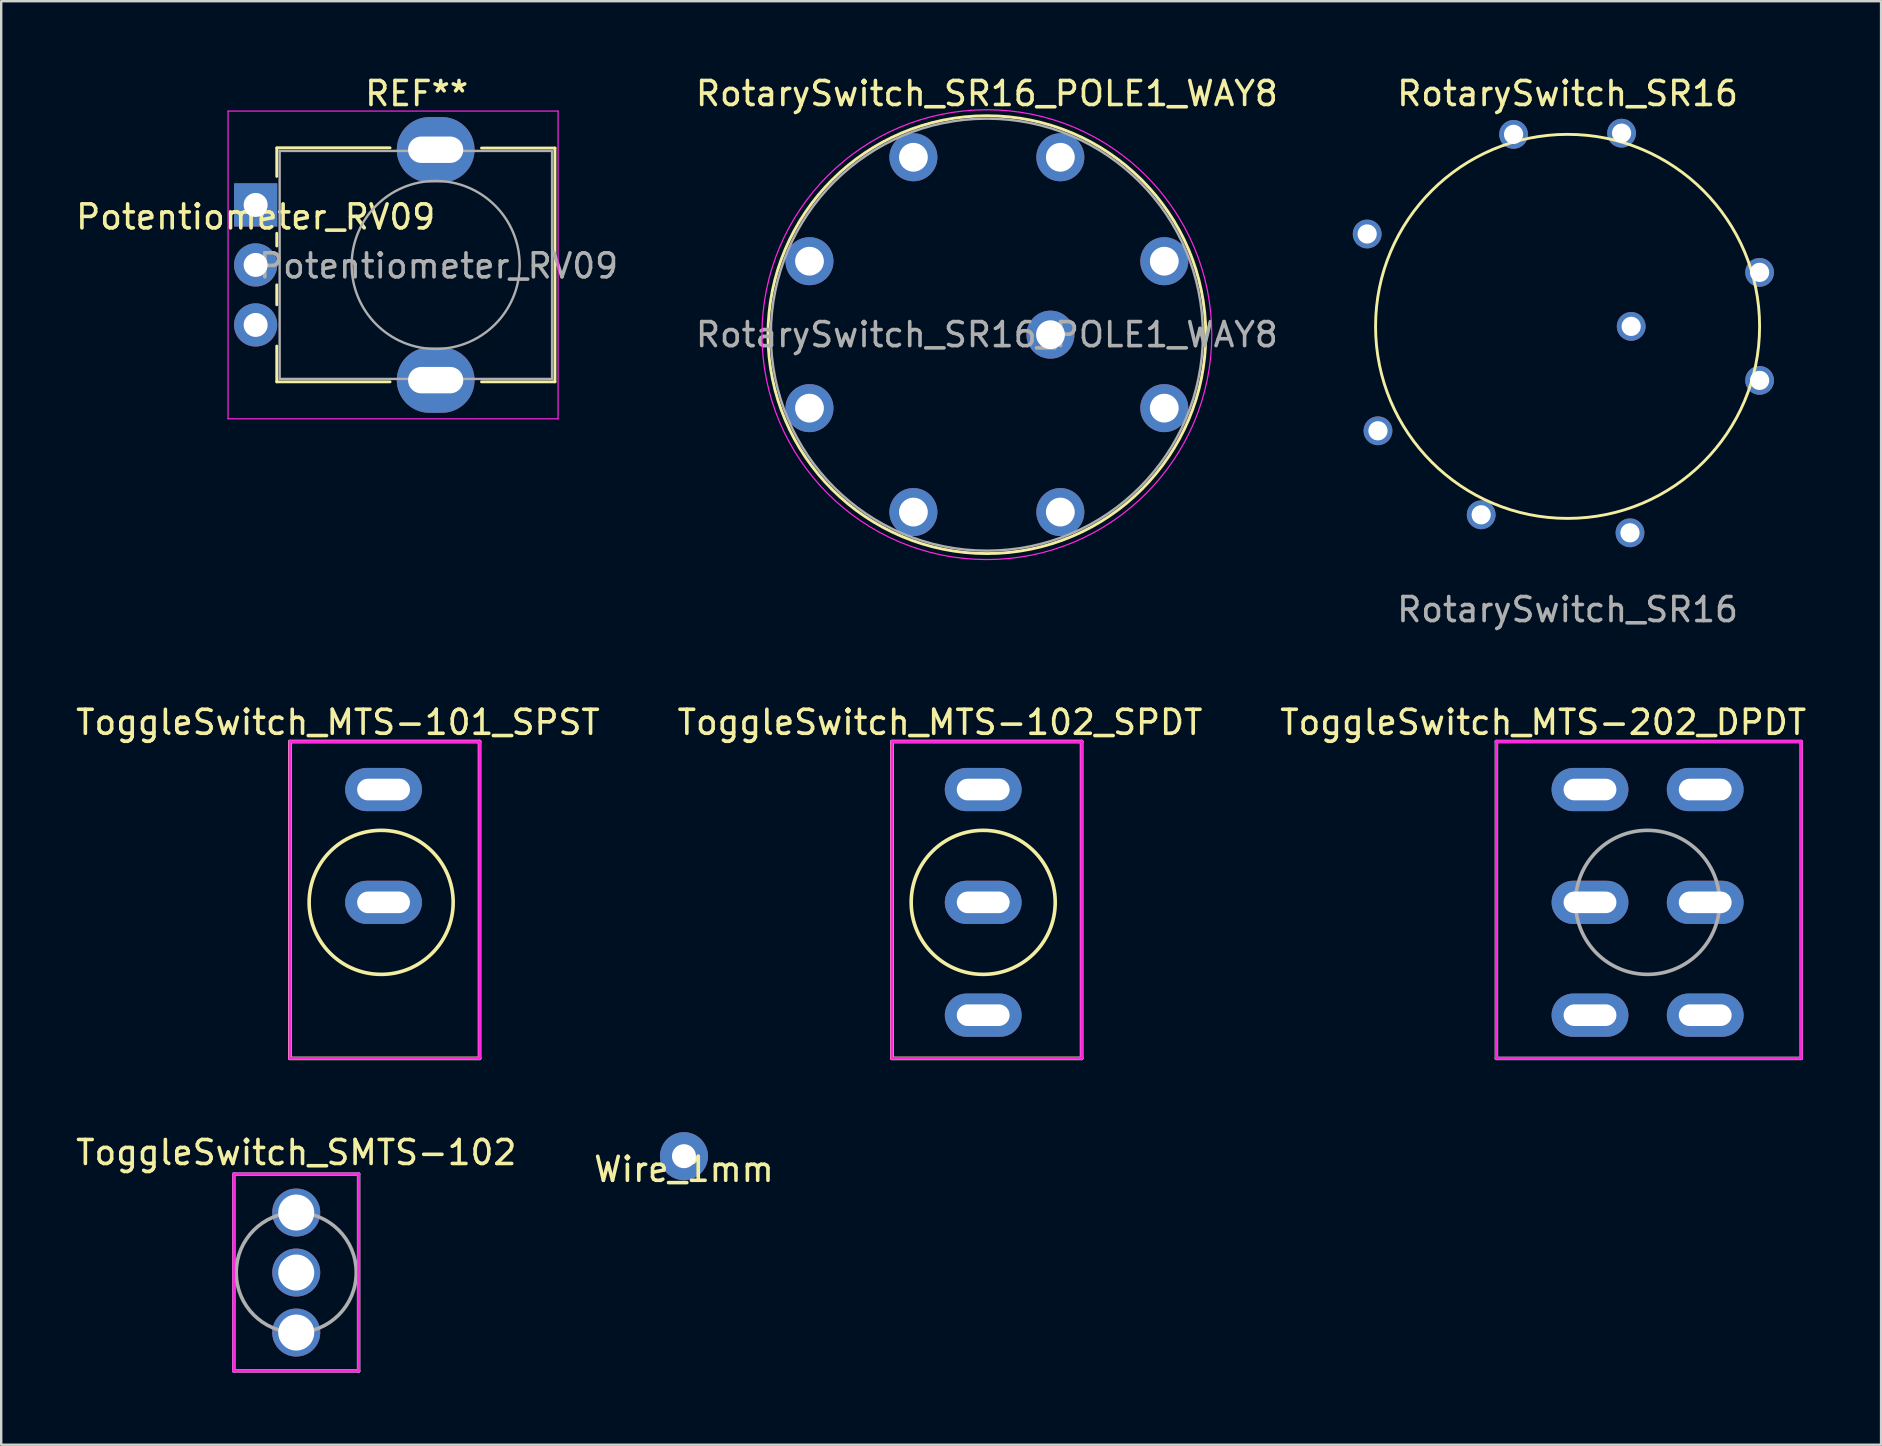
<source format=kicad_pcb>
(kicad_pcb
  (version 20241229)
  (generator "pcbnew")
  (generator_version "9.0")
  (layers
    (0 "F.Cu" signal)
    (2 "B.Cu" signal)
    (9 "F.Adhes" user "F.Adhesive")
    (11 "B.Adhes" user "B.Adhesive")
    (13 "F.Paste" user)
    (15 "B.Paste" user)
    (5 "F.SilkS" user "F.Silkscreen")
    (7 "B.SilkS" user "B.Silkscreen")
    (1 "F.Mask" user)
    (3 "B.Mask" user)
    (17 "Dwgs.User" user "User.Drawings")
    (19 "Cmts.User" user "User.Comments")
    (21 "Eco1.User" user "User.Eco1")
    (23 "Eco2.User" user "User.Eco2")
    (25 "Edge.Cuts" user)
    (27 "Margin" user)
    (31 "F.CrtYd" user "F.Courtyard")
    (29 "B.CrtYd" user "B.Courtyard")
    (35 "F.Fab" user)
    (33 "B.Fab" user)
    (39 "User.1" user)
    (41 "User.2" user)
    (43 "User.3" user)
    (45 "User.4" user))
  (footprint "ToggleSwitch_MTS-202_DPDT"
    (layer "F.Cu")
    (at 65.594 34.545)
    (property "Reference" "ToggleSwitch_MTS-202_DPDT" (at -4.35 -7.5 0) (layer "F.SilkS") (effects (font (size 1 1) (thickness 0.15))))
    (attr through_hole)
    (fp_line (start -6.3 -6.7) (end -6.3 6.5) (stroke (width 0.12) (type solid)) (layer "F.CrtYd"))
    (fp_line (start 6.4 -6.7) (end -6.3 -6.7) (stroke (width 0.12) (type solid)) (layer "F.CrtYd"))
    (fp_line (start 6.4 -6.7) (end 6.4 6.5) (stroke (width 0.12) (type solid)) (layer "F.CrtYd"))
    (fp_line (start 6.4 6.5) (end -6.3 6.5) (stroke (width 0.12) (type solid)) (layer "F.CrtYd"))
    (fp_line (start -6.3 -6.7) (end 6.4 -6.7) (stroke (width 0.15) (type solid)) (layer "F.Fab"))
    (fp_line (start -6.3 6.5) (end -6.3 -6.7) (stroke (width 0.15) (type solid)) (layer "F.Fab"))
    (fp_line (start 6.4 -6.7) (end 6.4 6.5) (stroke (width 0.15) (type solid)) (layer "F.Fab"))
    (fp_line (start 6.4 6.5) (end -6.3 6.5) (stroke (width 0.15) (type solid)) (layer "F.Fab"))
    (fp_circle (center -0.000416 0) (end 3 0) (stroke (width 0.15) (type solid)) (fill no) (layer "F.Fab"))
    (pad "1" thru_hole oval (at -2.4 -4.7) (size 3.2 1.8) (drill oval 2.2 0.9) (layers "*.Cu" "*.Mask"))
    (pad "2" thru_hole oval (at -2.4 0) (size 3.2 1.8) (drill oval 2.2 0.9) (layers "*.Cu" "*.Mask"))
    (pad "3" thru_hole oval (at -2.4 4.7) (size 3.2 1.8) (drill oval 2.2 0.9) (layers "*.Cu" "*.Mask"))
    (pad "4" thru_hole oval (at 2.4 -4.7) (size 3.2 1.8) (drill oval 2.2 0.9) (layers "*.Cu" "*.Mask"))
    (pad "5" thru_hole oval (at 2.4 0) (size 3.2 1.8) (drill oval 2.2 0.9) (layers "*.Cu" "*.Mask"))
    (pad "6" thru_hole oval (at 2.4 4.7) (size 3.2 1.8) (drill oval 2.2 0.9) (layers "*.Cu" "*.Mask")))
  (footprint "RotarySwitch_SR16_POLE1_WAY8"
    (layer "F.Cu")
    (at 38.066 10.893)
    (property "Reference" "RotarySwitch_SR16_POLE1_WAY8" (at 0 -10.045 0) (layer "F.SilkS") (effects (font (size 1 1) (thickness 0.15))))
    (fp_circle (center 0 0) (end 0 9.12) (stroke (width 0.12) (type default)) (fill no) (layer "F.SilkS"))
    (fp_circle (center 0 0) (end 0 9.37) (stroke (width 0.05) (type default)) (fill no) (layer "F.CrtYd"))
    (fp_circle (center 0 0) (end 0 9) (stroke (width 0.1) (type default)) (fill no) (layer "F.Fab"))
    (fp_text user "${REFERENCE}" (at 0 0 0) (layer "F.Fab") (effects (font (size 1 1) (thickness 0.15))))
    (pad "1" thru_hole oval (at 3.061 -7.391) (size 2 2) (drill 1.2) (layers "*.Cu" "*.Mask"))
    (pad "2" thru_hole oval (at 7.391 -3.061) (size 2 2) (drill 1.2) (layers "*.Cu" "*.Mask"))
    (pad "3" thru_hole oval (at 7.391 3.061) (size 2 2) (drill 1.2) (layers "*.Cu" "*.Mask"))
    (pad "4" thru_hole oval (at 3.061 7.391) (size 2 2) (drill 1.2) (layers "*.Cu" "*.Mask"))
    (pad "5" thru_hole oval (at -3.061 7.391) (size 2 2) (drill 1.2) (layers "*.Cu" "*.Mask"))
    (pad "6" thru_hole oval (at -7.391 3.061) (size 2 2) (drill 1.2) (layers "*.Cu" "*.Mask"))
    (pad "7" thru_hole oval (at -7.391 -3.061) (size 2 2) (drill 1.2) (layers "*.Cu" "*.Mask"))
    (pad "8" thru_hole oval (at -3.061 -7.391) (size 2 2) (drill 1.2) (layers "*.Cu" "*.Mask"))
    (pad "9" thru_hole circle (at 2.65 0) (size 2 2) (drill 1.2) (layers "*.Cu" "*.Mask")))
  (footprint "Potentiometer_RV09"
    (layer "F.Cu")
    (at 7.601 5.488)
    (property "Reference" "Potentiometer_RV09" (at 0 0.5 0) (layer "F.SilkS") (effects (font (size 1 1) (thickness 0.15))))
    (attr through_hole)
    (fp_line (start 0.88 -2.38) (end 5.6 -2.38) (stroke (width 0.12) (type solid)) (layer "F.SilkS"))
    (fp_line (start 0.88 -1.19) (end 0.88 -2.37) (stroke (width 0.12) (type solid)) (layer "F.SilkS"))
    (fp_line (start 0.88 1.71) (end 0.88 1.18) (stroke (width 0.12) (type solid)) (layer "F.SilkS"))
    (fp_line (start 0.88 4.16) (end 0.88 3.33) (stroke (width 0.12) (type solid)) (layer "F.SilkS"))
    (fp_line (start 0.88 7.37) (end 0.88 5.88) (stroke (width 0.12) (type solid)) (layer "F.SilkS"))
    (fp_line (start 0.88 7.37) (end 5.6 7.37) (stroke (width 0.12) (type solid)) (layer "F.SilkS"))
    (fp_line (start 9.41 -2.37) (end 12.47 -2.37) (stroke (width 0.12) (type solid)) (layer "F.SilkS"))
    (fp_line (start 9.41 7.37) (end 12.47 7.37) (stroke (width 0.12) (type solid)) (layer "F.SilkS"))
    (fp_line (start 12.47 7.37) (end 12.47 -2.37) (stroke (width 0.12) (type solid)) (layer "F.SilkS"))
    (fp_line (start -1.15 -3.91) (end -1.15 8.91) (stroke (width 0.05) (type solid)) (layer "F.CrtYd"))
    (fp_line (start -1.15 8.91) (end 12.6 8.91) (stroke (width 0.05) (type solid)) (layer "F.CrtYd"))
    (fp_line (start 12.6 -3.91) (end -1.15 -3.91) (stroke (width 0.05) (type solid)) (layer "F.CrtYd"))
    (fp_line (start 12.6 8.91) (end 12.6 -3.91) (stroke (width 0.05) (type solid)) (layer "F.CrtYd"))
    (fp_line (start 1 -2.25) (end 12.35 -2.25) (stroke (width 0.1) (type solid)) (layer "F.Fab"))
    (fp_line (start 1 7.25) (end 1 -2.25) (stroke (width 0.1) (type solid)) (layer "F.Fab"))
    (fp_line (start 1 7.25) (end 12.35 7.25) (stroke (width 0.1) (type solid)) (layer "F.Fab"))
    (fp_line (start 12.35 7.25) (end 12.35 -2.25) (stroke (width 0.1) (type solid)) (layer "F.Fab"))
    (fp_circle (center 7.5 2.5) (end 7.5 -1) (stroke (width 0.1) (type solid)) (fill no) (layer "F.Fab"))
    (fp_text user "REF**" (at 6.71 -4.64 180) (layer "F.SilkS") (effects (font (size 1 1) (thickness 0.15))))
    (fp_text user "${REFERENCE}" (at 7.62 2.54 0) (layer "F.Fab") (effects (font (size 1 1) (thickness 0.15))))
    (pad "" thru_hole oval (at 7.5 -2.3 90) (size 2.72 3.24) (drill oval 1.1 2.3) (layers "*.Cu" "*.Mask"))
    (pad "" thru_hole oval (at 7.5 7.3 90) (size 2.72 3.24) (drill oval 1.1 2.3) (layers "*.Cu" "*.Mask"))
    (pad "1" thru_hole rect (at 0 0 90) (size 1.8 1.8) (drill 1) (layers "*.Cu" "*.Mask"))
    (pad "2" thru_hole circle (at 0 2.5 90) (size 1.8 1.8) (drill 1) (layers "*.Cu" "*.Mask"))
    (pad "3" thru_hole circle (at 0 5 90) (size 1.8 1.8) (drill 1) (layers "*.Cu" "*.Mask")))
  (footprint "ToggleSwitch_MTS-101_SPST"
    (layer "F.Cu")
    (at 12.83 34.545)
    (property "Reference" "ToggleSwitch_MTS-101_SPST" (at -1.8 -7.5 0) (layer "F.SilkS") (effects (font (size 1 1) (thickness 0.15))))
    (attr through_hole)
    (fp_line (start -3.8 -6.7) (end 4.1 -6.7) (stroke (width 0.15) (type solid)) (layer "F.SilkS"))
    (fp_line (start -3.8 6.5) (end -3.8 -6.7) (stroke (width 0.15) (type solid)) (layer "F.SilkS"))
    (fp_line (start 4.1 -6.7) (end 4.1 6.5) (stroke (width 0.15) (type solid)) (layer "F.SilkS"))
    (fp_line (start 4.1 6.5) (end -3.8 6.5) (stroke (width 0.15) (type solid)) (layer "F.SilkS"))
    (fp_circle (center 0 0) (end 3 0.05) (stroke (width 0.15) (type solid)) (fill no) (layer "F.SilkS"))
    (fp_line (start -3.8 -6.7) (end -3.8 6.5) (stroke (width 0.12) (type solid)) (layer "F.CrtYd"))
    (fp_line (start 4.1 -6.7) (end -3.8 -6.7) (stroke (width 0.12) (type solid)) (layer "F.CrtYd"))
    (fp_line (start 4.1 -6.7) (end 4.1 6.5) (stroke (width 0.12) (type solid)) (layer "F.CrtYd"))
    (fp_line (start 4.1 6.5) (end -3.8 6.5) (stroke (width 0.12) (type solid)) (layer "F.CrtYd"))
    (pad "1" thru_hole oval (at 0.1 -4.7) (size 3.2 1.8) (drill oval 2.2 0.9) (layers "*.Cu" "*.Mask"))
    (pad "2" thru_hole oval (at 0.1 0) (size 3.2 1.8) (drill oval 2.2 0.9) (layers "*.Cu" "*.Mask")))
  (footprint "ToggleSwitch_SMTS-102"
    (layer "F.Cu")
    (at 9.292 49.968)
    (property "Reference" "ToggleSwitch_SMTS-102" (at 0 -5 0) (layer "F.SilkS") (effects (font (size 1 1) (thickness 0.15))))
    (attr through_hole)
    (fp_line (start -2.6 -4.1) (end -2.6 4.1) (stroke (width 0.12) (type solid)) (layer "F.CrtYd"))
    (fp_line (start -2.6 -4.1) (end 2.6 -4.1) (stroke (width 0.12) (type solid)) (layer "F.CrtYd"))
    (fp_line (start 2.6 -4.1) (end 2.6 4.1) (stroke (width 0.12) (type solid)) (layer "F.CrtYd"))
    (fp_line (start 2.6 4.1) (end -2.6 4.1) (stroke (width 0.12) (type solid)) (layer "F.CrtYd"))
    (fp_line (start -2.6 -4.1) (end 2.6 -4.1) (stroke (width 0.15) (type solid)) (layer "F.Fab"))
    (fp_line (start -2.6 4.1) (end -2.6 -4.1) (stroke (width 0.15) (type solid)) (layer "F.Fab"))
    (fp_line (start 2.6 -4.1) (end 2.6 4.1) (stroke (width 0.15) (type solid)) (layer "F.Fab"))
    (fp_line (start 2.6 4.1) (end -2.6 4.1) (stroke (width 0.15) (type solid)) (layer "F.Fab"))
    (fp_circle (center 0 0) (end 2.5 0) (stroke (width 0.15) (type solid)) (fill no) (layer "F.Fab"))
    (pad "1" thru_hole oval (at 0 -2.5) (size 2 2) (drill oval 1.5) (layers "*.Cu" "*.Mask"))
    (pad "2" thru_hole oval (at 0 0) (size 2 2) (drill oval 1.5) (layers "*.Cu" "*.Mask"))
    (pad "3" thru_hole oval (at 0 2.5) (size 2 2) (drill oval 1.5) (layers "*.Cu" "*.Mask")))
  (footprint "ToggleSwitch_MTS-102_SPDT"
    (layer "F.Cu")
    (at 37.913 34.545)
    (property "Reference" "ToggleSwitch_MTS-102_SPDT" (at -1.8 -7.5 0) (layer "F.SilkS") (effects (font (size 1 1) (thickness 0.15))))
    (attr through_hole)
    (fp_line (start -3.8 -6.7) (end 4.1 -6.7) (stroke (width 0.15) (type solid)) (layer "F.SilkS"))
    (fp_line (start -3.8 6.5) (end -3.8 -6.7) (stroke (width 0.15) (type solid)) (layer "F.SilkS"))
    (fp_line (start 4.1 -6.7) (end 4.1 6.5) (stroke (width 0.15) (type solid)) (layer "F.SilkS"))
    (fp_line (start 4.1 6.5) (end -3.8 6.5) (stroke (width 0.15) (type solid)) (layer "F.SilkS"))
    (fp_circle (center 0 0) (end 3 0.05) (stroke (width 0.15) (type solid)) (fill no) (layer "F.SilkS"))
    (fp_line (start -3.8 -6.7) (end -3.8 6.5) (stroke (width 0.12) (type solid)) (layer "F.CrtYd"))
    (fp_line (start 4.1 -6.7) (end -3.8 -6.7) (stroke (width 0.12) (type solid)) (layer "F.CrtYd"))
    (fp_line (start 4.1 -6.7) (end 4.1 6.5) (stroke (width 0.12) (type solid)) (layer "F.CrtYd"))
    (fp_line (start 4.1 6.5) (end -3.8 6.5) (stroke (width 0.12) (type solid)) (layer "F.CrtYd"))
    (pad "1" thru_hole oval (at 0 -4.7) (size 3.2 1.8) (drill oval 2.2 0.9) (layers "*.Cu" "*.Mask"))
    (pad "2" thru_hole oval (at 0 0) (size 3.2 1.8) (drill oval 2.2 0.9) (layers "*.Cu" "*.Mask"))
    (pad "3" thru_hole oval (at 0 4.7) (size 3.2 1.8) (drill oval 2.2 0.9) (layers "*.Cu" "*.Mask")))
  (footprint "Wire_1mm"
    (layer "F.Cu")
    (at 25.446 45.17)
    (property "Reference" "Wire_1mm" (at 0 0.5 0) (layer "F.SilkS") (effects (font (size 1 1) (thickness 0.15))))
    (attr through_hole)
    (pad "1" thru_hole circle (at 0 -0.05) (size 2 2) (drill 1) (layers "*.Cu" "*.Mask")))
  (footprint "RotarySwitch_SR16"
    (layer "F.Cu")
    (at 62.26 10.548)
    (property "Reference" "RotarySwitch_SR16" (at 0 -9.7 0) (unlocked yes) (layer "F.SilkS") (effects (font (size 1 1) (thickness 0.15))))
    (attr smd)
    (fp_circle (center 0 0) (end 8 0) (stroke (width 0.12) (type solid)) (fill no) (layer "F.SilkS"))
    (fp_text user "${REFERENCE}" (at 0 11.8 0) (unlocked yes) (layer "F.Fab") (effects (font (size 1 1) (thickness 0.15))))
    (pad "1" thru_hole circle (at 2.6 8.6) (size 1.2 1.2) (drill 0.8) (layers "*.Cu" "*.Mask"))
    (pad "2" thru_hole circle (at 8 2.25) (size 1.2 1.2) (drill 0.8) (layers "*.Cu" "*.Mask"))
    (pad "3" thru_hole circle (at 8 -2.25) (size 1.2 1.2) (drill 0.8) (layers "*.Cu" "*.Mask"))
    (pad "4" thru_hole circle (at 2.25 -8.05) (size 1.2 1.2) (drill 0.8) (layers "*.Cu" "*.Mask"))
    (pad "5" thru_hole circle (at -2.25 -8) (size 1.2 1.2) (drill 0.8) (layers "*.Cu" "*.Mask"))
    (pad "6" thru_hole circle (at -8.35 -3.85) (size 1.2 1.2) (drill 0.8) (layers "*.Cu" "*.Mask"))
    (pad "7" thru_hole circle (at -7.9 4.35) (size 1.2 1.2) (drill 0.8) (layers "*.Cu" "*.Mask"))
    (pad "8" thru_hole circle (at -3.6 7.85) (size 1.2 1.2) (drill 0.8) (layers "*.Cu" "*.Mask"))
    (pad "A" thru_hole circle (at 2.65 0) (size 1.2 1.2) (drill 0.8) (layers "*.Cu" "*.Mask")))
  (gr_rect
    (start -3 -3)
    (end 75.321 57.143)
    (stroke (width 0.1) (type default))
    (fill no)
    (layer "Edge.Cuts")))
</source>
